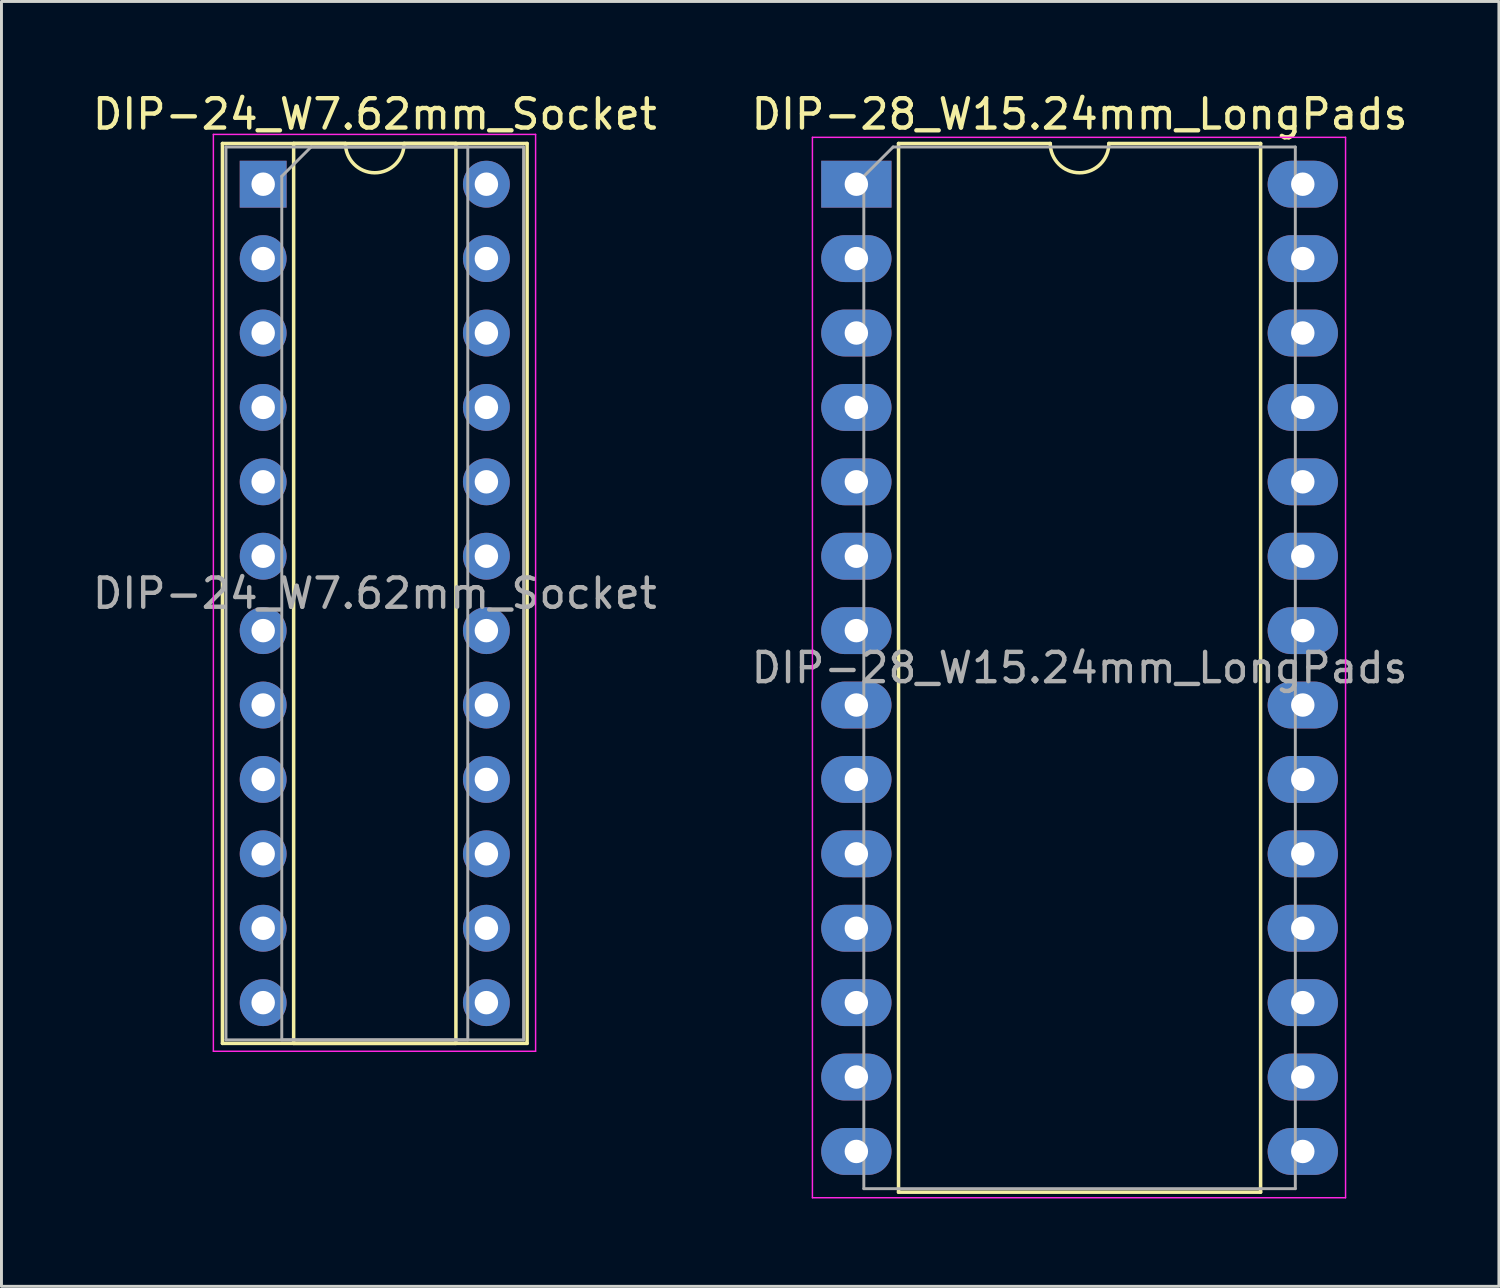
<source format=kicad_pcb>
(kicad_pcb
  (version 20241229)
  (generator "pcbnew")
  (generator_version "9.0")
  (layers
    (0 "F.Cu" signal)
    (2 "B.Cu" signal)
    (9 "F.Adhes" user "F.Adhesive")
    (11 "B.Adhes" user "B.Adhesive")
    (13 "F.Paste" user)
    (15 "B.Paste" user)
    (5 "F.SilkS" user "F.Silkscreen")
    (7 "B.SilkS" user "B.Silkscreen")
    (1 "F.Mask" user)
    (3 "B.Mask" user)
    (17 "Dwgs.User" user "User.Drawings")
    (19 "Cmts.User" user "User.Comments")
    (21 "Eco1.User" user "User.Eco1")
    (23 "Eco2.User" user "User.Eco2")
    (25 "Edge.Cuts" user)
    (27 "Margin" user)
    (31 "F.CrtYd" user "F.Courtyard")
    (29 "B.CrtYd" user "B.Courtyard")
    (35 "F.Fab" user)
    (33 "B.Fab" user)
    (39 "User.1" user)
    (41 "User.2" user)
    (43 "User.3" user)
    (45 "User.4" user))
  (footprint "DIP-28_W15.24mm_LongPads"
    (layer "F.Cu")
    (at 26.184 3.238)
    (property "Reference" "DIP-28_W15.24mm_LongPads" (at 7.62 -2.39 0) (layer "F.SilkS") (effects (font (size 1 1) (thickness 0.15))))
    (attr through_hole)
    (fp_line (start 1.44 -1.39) (end 1.44 34.41) (stroke (width 0.12) (type solid)) (layer "F.SilkS"))
    (fp_line (start 1.44 34.41) (end 13.8 34.41) (stroke (width 0.12) (type solid)) (layer "F.SilkS"))
    (fp_line (start 6.62 -1.39) (end 1.44 -1.39) (stroke (width 0.12) (type solid)) (layer "F.SilkS"))
    (fp_line (start 13.8 -1.39) (end 8.62 -1.39) (stroke (width 0.12) (type solid)) (layer "F.SilkS"))
    (fp_line (start 13.8 34.41) (end 13.8 -1.39) (stroke (width 0.12) (type solid)) (layer "F.SilkS"))
    (fp_arc (start 8.62 -1.39) (mid 7.62 -0.39) (end 6.62 -1.39) (stroke (width 0.12) (type solid)) (layer "F.SilkS"))
    (fp_line (start -1.5 -1.6) (end -1.5 34.6) (stroke (width 0.05) (type solid)) (layer "F.CrtYd"))
    (fp_line (start -1.5 34.6) (end 16.7 34.6) (stroke (width 0.05) (type solid)) (layer "F.CrtYd"))
    (fp_line (start 16.7 -1.6) (end -1.5 -1.6) (stroke (width 0.05) (type solid)) (layer "F.CrtYd"))
    (fp_line (start 16.7 34.6) (end 16.7 -1.6) (stroke (width 0.05) (type solid)) (layer "F.CrtYd"))
    (fp_line (start 0.255 -0.27) (end 1.255 -1.27) (stroke (width 0.1) (type solid)) (layer "F.Fab"))
    (fp_line (start 0.255 34.29) (end 0.255 -0.27) (stroke (width 0.1) (type solid)) (layer "F.Fab"))
    (fp_line (start 1.255 -1.27) (end 14.985 -1.27) (stroke (width 0.1) (type solid)) (layer "F.Fab"))
    (fp_line (start 14.985 -1.27) (end 14.985 34.29) (stroke (width 0.1) (type solid)) (layer "F.Fab"))
    (fp_line (start 14.985 34.29) (end 0.255 34.29) (stroke (width 0.1) (type solid)) (layer "F.Fab"))
    (fp_text user "${REFERENCE}" (at 7.62 16.51 0) (layer "F.Fab") (effects (font (size 1 1) (thickness 0.15))))
    (pad "1" thru_hole rect (at 0 0) (size 2.4 1.6) (drill 0.8) (layers "*.Cu" "*.Mask"))
    (pad "2" thru_hole oval (at 0 2.54) (size 2.4 1.6) (drill 0.8) (layers "*.Cu" "*.Mask"))
    (pad "3" thru_hole oval (at 0 5.08) (size 2.4 1.6) (drill 0.8) (layers "*.Cu" "*.Mask"))
    (pad "4" thru_hole oval (at 0 7.62) (size 2.4 1.6) (drill 0.8) (layers "*.Cu" "*.Mask"))
    (pad "5" thru_hole oval (at 0 10.16) (size 2.4 1.6) (drill 0.8) (layers "*.Cu" "*.Mask"))
    (pad "6" thru_hole oval (at 0 12.7) (size 2.4 1.6) (drill 0.8) (layers "*.Cu" "*.Mask"))
    (pad "7" thru_hole oval (at 0 15.24) (size 2.4 1.6) (drill 0.8) (layers "*.Cu" "*.Mask"))
    (pad "8" thru_hole oval (at 0 17.78) (size 2.4 1.6) (drill 0.8) (layers "*.Cu" "*.Mask"))
    (pad "9" thru_hole oval (at 0 20.32) (size 2.4 1.6) (drill 0.8) (layers "*.Cu" "*.Mask"))
    (pad "10" thru_hole oval (at 0 22.86) (size 2.4 1.6) (drill 0.8) (layers "*.Cu" "*.Mask"))
    (pad "11" thru_hole oval (at 0 25.4) (size 2.4 1.6) (drill 0.8) (layers "*.Cu" "*.Mask"))
    (pad "12" thru_hole oval (at 0 27.94) (size 2.4 1.6) (drill 0.8) (layers "*.Cu" "*.Mask"))
    (pad "13" thru_hole oval (at 0 30.48) (size 2.4 1.6) (drill 0.8) (layers "*.Cu" "*.Mask"))
    (pad "14" thru_hole oval (at 0 33.02) (size 2.4 1.6) (drill 0.8) (layers "*.Cu" "*.Mask"))
    (pad "15" thru_hole oval (at 15.24 33.02) (size 2.4 1.6) (drill 0.8) (layers "*.Cu" "*.Mask"))
    (pad "16" thru_hole oval (at 15.24 30.48) (size 2.4 1.6) (drill 0.8) (layers "*.Cu" "*.Mask"))
    (pad "17" thru_hole oval (at 15.24 27.94) (size 2.4 1.6) (drill 0.8) (layers "*.Cu" "*.Mask"))
    (pad "18" thru_hole oval (at 15.24 25.4) (size 2.4 1.6) (drill 0.8) (layers "*.Cu" "*.Mask"))
    (pad "19" thru_hole oval (at 15.24 22.86) (size 2.4 1.6) (drill 0.8) (layers "*.Cu" "*.Mask"))
    (pad "20" thru_hole oval (at 15.24 20.32) (size 2.4 1.6) (drill 0.8) (layers "*.Cu" "*.Mask"))
    (pad "21" thru_hole oval (at 15.24 17.78) (size 2.4 1.6) (drill 0.8) (layers "*.Cu" "*.Mask"))
    (pad "22" thru_hole oval (at 15.24 15.24) (size 2.4 1.6) (drill 0.8) (layers "*.Cu" "*.Mask"))
    (pad "23" thru_hole oval (at 15.24 12.7) (size 2.4 1.6) (drill 0.8) (layers "*.Cu" "*.Mask"))
    (pad "24" thru_hole oval (at 15.24 10.16) (size 2.4 1.6) (drill 0.8) (layers "*.Cu" "*.Mask"))
    (pad "25" thru_hole oval (at 15.24 7.62) (size 2.4 1.6) (drill 0.8) (layers "*.Cu" "*.Mask"))
    (pad "26" thru_hole oval (at 15.24 5.08) (size 2.4 1.6) (drill 0.8) (layers "*.Cu" "*.Mask"))
    (pad "27" thru_hole oval (at 15.24 2.54) (size 2.4 1.6) (drill 0.8) (layers "*.Cu" "*.Mask"))
    (pad "28" thru_hole oval (at 15.24 0) (size 2.4 1.6) (drill 0.8) (layers "*.Cu" "*.Mask")))
  (footprint "DIP-24_W7.62mm_Socket"
    (layer "F.Cu")
    (at 5.934 3.238)
    (property "Reference" "DIP-24_W7.62mm_Socket" (at 3.81 -2.39 0) (layer "F.SilkS") (effects (font (size 1 1) (thickness 0.15))))
    (attr through_hole)
    (fp_line (start -1.39 -1.39) (end -1.39 29.33) (stroke (width 0.12) (type solid)) (layer "F.SilkS"))
    (fp_line (start -1.39 29.33) (end 9.01 29.33) (stroke (width 0.12) (type solid)) (layer "F.SilkS"))
    (fp_line (start 1.04 -1.39) (end 1.04 29.33) (stroke (width 0.12) (type solid)) (layer "F.SilkS"))
    (fp_line (start 1.04 29.33) (end 6.58 29.33) (stroke (width 0.12) (type solid)) (layer "F.SilkS"))
    (fp_line (start 2.81 -1.39) (end 1.04 -1.39) (stroke (width 0.12) (type solid)) (layer "F.SilkS"))
    (fp_line (start 6.58 -1.39) (end 4.81 -1.39) (stroke (width 0.12) (type solid)) (layer "F.SilkS"))
    (fp_line (start 6.58 29.33) (end 6.58 -1.39) (stroke (width 0.12) (type solid)) (layer "F.SilkS"))
    (fp_line (start 9.01 -1.39) (end -1.39 -1.39) (stroke (width 0.12) (type solid)) (layer "F.SilkS"))
    (fp_line (start 9.01 29.33) (end 9.01 -1.39) (stroke (width 0.12) (type solid)) (layer "F.SilkS"))
    (fp_arc (start 4.81 -1.39) (mid 3.81 -0.39) (end 2.81 -1.39) (stroke (width 0.12) (type solid)) (layer "F.SilkS"))
    (fp_line (start -1.7 -1.7) (end -1.7 29.6) (stroke (width 0.05) (type solid)) (layer "F.CrtYd"))
    (fp_line (start -1.7 29.6) (end 9.3 29.6) (stroke (width 0.05) (type solid)) (layer "F.CrtYd"))
    (fp_line (start 9.3 -1.7) (end -1.7 -1.7) (stroke (width 0.05) (type solid)) (layer "F.CrtYd"))
    (fp_line (start 9.3 29.6) (end 9.3 -1.7) (stroke (width 0.05) (type solid)) (layer "F.CrtYd"))
    (fp_line (start -1.27 -1.27) (end -1.27 29.21) (stroke (width 0.1) (type solid)) (layer "F.Fab"))
    (fp_line (start -1.27 29.21) (end 8.89 29.21) (stroke (width 0.1) (type solid)) (layer "F.Fab"))
    (fp_line (start 0.635 -0.27) (end 1.635 -1.27) (stroke (width 0.1) (type solid)) (layer "F.Fab"))
    (fp_line (start 0.635 29.21) (end 0.635 -0.27) (stroke (width 0.1) (type solid)) (layer "F.Fab"))
    (fp_line (start 1.635 -1.27) (end 6.985 -1.27) (stroke (width 0.1) (type solid)) (layer "F.Fab"))
    (fp_line (start 6.985 -1.27) (end 6.985 29.21) (stroke (width 0.1) (type solid)) (layer "F.Fab"))
    (fp_line (start 6.985 29.21) (end 0.635 29.21) (stroke (width 0.1) (type solid)) (layer "F.Fab"))
    (fp_line (start 8.89 -1.27) (end -1.27 -1.27) (stroke (width 0.1) (type solid)) (layer "F.Fab"))
    (fp_line (start 8.89 29.21) (end 8.89 -1.27) (stroke (width 0.1) (type solid)) (layer "F.Fab"))
    (fp_text user "${REFERENCE}" (at 3.81 13.97 0) (layer "F.Fab") (effects (font (size 1 1) (thickness 0.15))))
    (pad "1" thru_hole rect (at 0 0) (size 1.6 1.6) (drill 0.8) (layers "*.Cu" "*.Mask"))
    (pad "2" thru_hole oval (at 0 2.54) (size 1.6 1.6) (drill 0.8) (layers "*.Cu" "*.Mask"))
    (pad "3" thru_hole oval (at 0 5.08) (size 1.6 1.6) (drill 0.8) (layers "*.Cu" "*.Mask"))
    (pad "4" thru_hole oval (at 0 7.62) (size 1.6 1.6) (drill 0.8) (layers "*.Cu" "*.Mask"))
    (pad "5" thru_hole oval (at 0 10.16) (size 1.6 1.6) (drill 0.8) (layers "*.Cu" "*.Mask"))
    (pad "6" thru_hole oval (at 0 12.7) (size 1.6 1.6) (drill 0.8) (layers "*.Cu" "*.Mask"))
    (pad "7" thru_hole oval (at 0 15.24) (size 1.6 1.6) (drill 0.8) (layers "*.Cu" "*.Mask"))
    (pad "8" thru_hole oval (at 0 17.78) (size 1.6 1.6) (drill 0.8) (layers "*.Cu" "*.Mask"))
    (pad "9" thru_hole oval (at 0 20.32) (size 1.6 1.6) (drill 0.8) (layers "*.Cu" "*.Mask"))
    (pad "10" thru_hole oval (at 0 22.86) (size 1.6 1.6) (drill 0.8) (layers "*.Cu" "*.Mask"))
    (pad "11" thru_hole oval (at 0 25.4) (size 1.6 1.6) (drill 0.8) (layers "*.Cu" "*.Mask"))
    (pad "12" thru_hole oval (at 0 27.94) (size 1.6 1.6) (drill 0.8) (layers "*.Cu" "*.Mask"))
    (pad "13" thru_hole oval (at 7.62 27.94) (size 1.6 1.6) (drill 0.8) (layers "*.Cu" "*.Mask"))
    (pad "14" thru_hole oval (at 7.62 25.4) (size 1.6 1.6) (drill 0.8) (layers "*.Cu" "*.Mask"))
    (pad "15" thru_hole oval (at 7.62 22.86) (size 1.6 1.6) (drill 0.8) (layers "*.Cu" "*.Mask"))
    (pad "16" thru_hole oval (at 7.62 20.32) (size 1.6 1.6) (drill 0.8) (layers "*.Cu" "*.Mask"))
    (pad "17" thru_hole oval (at 7.62 17.78) (size 1.6 1.6) (drill 0.8) (layers "*.Cu" "*.Mask"))
    (pad "18" thru_hole oval (at 7.62 15.24) (size 1.6 1.6) (drill 0.8) (layers "*.Cu" "*.Mask"))
    (pad "19" thru_hole oval (at 7.62 12.7) (size 1.6 1.6) (drill 0.8) (layers "*.Cu" "*.Mask"))
    (pad "20" thru_hole oval (at 7.62 10.16) (size 1.6 1.6) (drill 0.8) (layers "*.Cu" "*.Mask"))
    (pad "21" thru_hole oval (at 7.62 7.62) (size 1.6 1.6) (drill 0.8) (layers "*.Cu" "*.Mask"))
    (pad "22" thru_hole oval (at 7.62 5.08) (size 1.6 1.6) (drill 0.8) (layers "*.Cu" "*.Mask"))
    (pad "23" thru_hole oval (at 7.62 2.54) (size 1.6 1.6) (drill 0.8) (layers "*.Cu" "*.Mask"))
    (pad "24" thru_hole oval (at 7.62 0) (size 1.6 1.6) (drill 0.8) (layers "*.Cu" "*.Mask")))
  (gr_rect
    (start -3 -3)
    (end 48.119 40.863)
    (stroke (width 0.1) (type default))
    (fill no)
    (layer "Edge.Cuts")))
</source>
